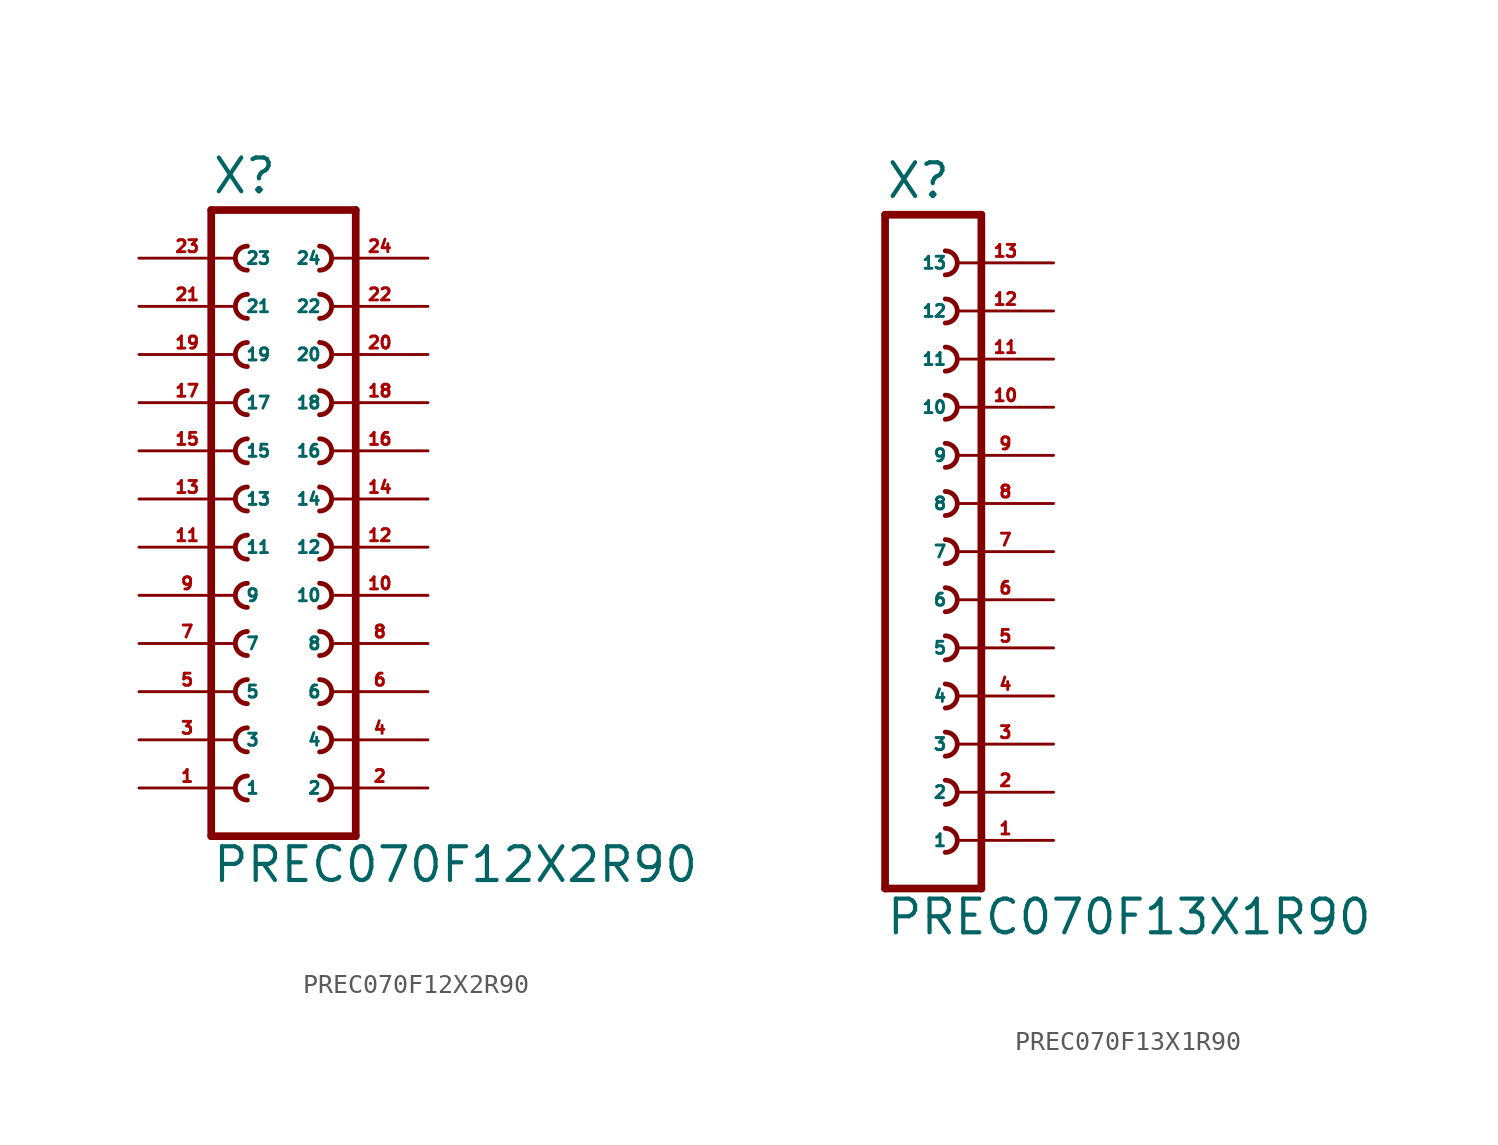
<source format=kicad_sym>
(kicad_symbol_lib
  (version 20220914)
  (generator Eagle2Kicad)
  (symbol "PREC070F12X2R90"
    (property "Reference" "X"
      (at -3.81 16.002 0)
      (effects (font (size 1.778 1.778) (thickness 0.22)) (justify left bottom)))
    (property "Value" "PREC070F12X2R90"
      (at -3.81 -20.32 0)
      (effects (font (size 1.778 1.778) (thickness 0.22)) (justify left bottom)))
    (polyline
      (pts (xy 3.81 -17.78) (xy -3.81 -17.78))
      (stroke (width 0.406) (type default))
      (fill (type none)))
    (arc
      (start -1.905 -9.525)
      (mid -2.540 -10.160)
      (end -1.905 -10.795)
      (stroke (width 0.254) (type default))
      (fill (type none)))
    (arc
      (start -1.905 -12.065)
      (mid -2.540 -12.700)
      (end -1.905 -13.335)
      (stroke (width 0.254) (type default))
      (fill (type none)))
    (arc
      (start -1.905 -14.605)
      (mid -2.540 -15.240)
      (end -1.905 -15.875)
      (stroke (width 0.254) (type default))
      (fill (type none)))
    (arc
      (start 1.905 -10.795)
      (mid 2.540 -10.160)
      (end 1.905 -9.525)
      (stroke (width 0.254) (type default))
      (fill (type none)))
    (arc
      (start 1.905 -13.335)
      (mid 2.540 -12.700)
      (end 1.905 -12.065)
      (stroke (width 0.254) (type default))
      (fill (type none)))
    (arc
      (start 1.905 -15.875)
      (mid 2.540 -15.240)
      (end 1.905 -14.605)
      (stroke (width 0.254) (type default))
      (fill (type none)))
    (arc
      (start -1.905 -4.445)
      (mid -2.540 -5.080)
      (end -1.905 -5.715)
      (stroke (width 0.254) (type default))
      (fill (type none)))
    (arc
      (start -1.905 -6.985)
      (mid -2.540 -7.620)
      (end -1.905 -8.255)
      (stroke (width 0.254) (type default))
      (fill (type none)))
    (arc
      (start 1.905 -5.715)
      (mid 2.540 -5.080)
      (end 1.905 -4.445)
      (stroke (width 0.254) (type default))
      (fill (type none)))
    (arc
      (start 1.905 -8.255)
      (mid 2.540 -7.620)
      (end 1.905 -6.985)
      (stroke (width 0.254) (type default))
      (fill (type none)))
    (arc
      (start -1.905 3.175)
      (mid -2.540 2.540)
      (end -1.905 1.905)
      (stroke (width 0.254) (type default))
      (fill (type none)))
    (arc
      (start -1.905 0.635)
      (mid -2.540 0.000)
      (end -1.905 -0.635)
      (stroke (width 0.254) (type default))
      (fill (type none)))
    (arc
      (start -1.905 -1.905)
      (mid -2.540 -2.540)
      (end -1.905 -3.175)
      (stroke (width 0.254) (type default))
      (fill (type none)))
    (arc
      (start 1.905 1.905)
      (mid 2.540 2.540)
      (end 1.905 3.175)
      (stroke (width 0.254) (type default))
      (fill (type none)))
    (arc
      (start 1.905 -0.635)
      (mid 2.540 0.000)
      (end 1.905 0.635)
      (stroke (width 0.254) (type default))
      (fill (type none)))
    (arc
      (start 1.905 -3.175)
      (mid 2.540 -2.540)
      (end 1.905 -1.905)
      (stroke (width 0.254) (type default))
      (fill (type none)))
    (arc
      (start -1.905 8.255)
      (mid -2.540 7.620)
      (end -1.905 6.985)
      (stroke (width 0.254) (type default))
      (fill (type none)))
    (arc
      (start -1.905 5.715)
      (mid -2.540 5.080)
      (end -1.905 4.445)
      (stroke (width 0.254) (type default))
      (fill (type none)))
    (arc
      (start 1.905 6.985)
      (mid 2.540 7.620)
      (end 1.905 8.255)
      (stroke (width 0.254) (type default))
      (fill (type none)))
    (arc
      (start 1.905 4.445)
      (mid 2.540 5.080)
      (end 1.905 5.715)
      (stroke (width 0.254) (type default))
      (fill (type none)))
    (arc
      (start -1.905 13.335)
      (mid -2.540 12.700)
      (end -1.905 12.065)
      (stroke (width 0.254) (type default))
      (fill (type none)))
    (arc
      (start -1.905 10.795)
      (mid -2.540 10.160)
      (end -1.905 9.525)
      (stroke (width 0.254) (type default))
      (fill (type none)))
    (arc
      (start 1.905 12.065)
      (mid 2.540 12.700)
      (end 1.905 13.335)
      (stroke (width 0.254) (type default))
      (fill (type none)))
    (arc
      (start 1.905 9.525)
      (mid 2.540 10.160)
      (end 1.905 10.795)
      (stroke (width 0.254) (type default))
      (fill (type none)))
    (polyline
      (pts (xy -3.81 15.24) (xy -3.81 -17.78))
      (stroke (width 0.406) (type default))
      (fill (type none)))
    (polyline
      (pts (xy 3.81 -17.78) (xy 3.81 15.24))
      (stroke (width 0.406) (type default))
      (fill (type none)))
    (polyline
      (pts (xy -3.81 15.24) (xy 3.81 15.24))
      (stroke (width 0.406) (type default))
      (fill (type none)))
    (pin passive line
      (at -7.62 -15.24 0)
      (length 5.08)
      (name "1" (effects (font (size 0.635 0.635) (thickness 0.08)) (justify left bottom)))
      (number "1" (effects (font (size 0.635 0.635) (thickness 0.08)) (justify left bottom))))
    (pin passive line
      (at -7.62 -12.7 0)
      (length 5.08)
      (name "3" (effects (font (size 0.635 0.635) (thickness 0.08)) (justify left bottom)))
      (number "3" (effects (font (size 0.635 0.635) (thickness 0.08)) (justify left bottom))))
    (pin passive line
      (at -7.62 -10.16 0)
      (length 5.08)
      (name "5" (effects (font (size 0.635 0.635) (thickness 0.08)) (justify left bottom)))
      (number "5" (effects (font (size 0.635 0.635) (thickness 0.08)) (justify left bottom))))
    (pin passive line
      (at 7.62 -15.24 180)
      (length 5.08)
      (name "2" (effects (font (size 0.635 0.635) (thickness 0.08)) (justify left bottom)))
      (number "2" (effects (font (size 0.635 0.635) (thickness 0.08)) (justify left bottom))))
    (pin passive line
      (at 7.62 -12.7 180)
      (length 5.08)
      (name "4" (effects (font (size 0.635 0.635) (thickness 0.08)) (justify left bottom)))
      (number "4" (effects (font (size 0.635 0.635) (thickness 0.08)) (justify left bottom))))
    (pin passive line
      (at 7.62 -10.16 180)
      (length 5.08)
      (name "6" (effects (font (size 0.635 0.635) (thickness 0.08)) (justify left bottom)))
      (number "6" (effects (font (size 0.635 0.635) (thickness 0.08)) (justify left bottom))))
    (pin passive line
      (at -7.62 -7.62 0)
      (length 5.08)
      (name "7" (effects (font (size 0.635 0.635) (thickness 0.08)) (justify left bottom)))
      (number "7" (effects (font (size 0.635 0.635) (thickness 0.08)) (justify left bottom))))
    (pin passive line
      (at -7.62 -5.08 0)
      (length 5.08)
      (name "9" (effects (font (size 0.635 0.635) (thickness 0.08)) (justify left bottom)))
      (number "9" (effects (font (size 0.635 0.635) (thickness 0.08)) (justify left bottom))))
    (pin passive line
      (at 7.62 -7.62 180)
      (length 5.08)
      (name "8" (effects (font (size 0.635 0.635) (thickness 0.08)) (justify left bottom)))
      (number "8" (effects (font (size 0.635 0.635) (thickness 0.08)) (justify left bottom))))
    (pin passive line
      (at 7.62 -5.08 180)
      (length 5.08)
      (name "10" (effects (font (size 0.635 0.635) (thickness 0.08)) (justify left bottom)))
      (number "10" (effects (font (size 0.635 0.635) (thickness 0.08)) (justify left bottom))))
    (pin passive line
      (at -7.62 -2.54 0)
      (length 5.08)
      (name "11" (effects (font (size 0.635 0.635) (thickness 0.08)) (justify left bottom)))
      (number "11" (effects (font (size 0.635 0.635) (thickness 0.08)) (justify left bottom))))
    (pin passive line
      (at -7.62 0 0)
      (length 5.08)
      (name "13" (effects (font (size 0.635 0.635) (thickness 0.08)) (justify left bottom)))
      (number "13" (effects (font (size 0.635 0.635) (thickness 0.08)) (justify left bottom))))
    (pin passive line
      (at -7.62 2.54 0)
      (length 5.08)
      (name "15" (effects (font (size 0.635 0.635) (thickness 0.08)) (justify left bottom)))
      (number "15" (effects (font (size 0.635 0.635) (thickness 0.08)) (justify left bottom))))
    (pin passive line
      (at 7.62 -2.54 180)
      (length 5.08)
      (name "12" (effects (font (size 0.635 0.635) (thickness 0.08)) (justify left bottom)))
      (number "12" (effects (font (size 0.635 0.635) (thickness 0.08)) (justify left bottom))))
    (pin passive line
      (at 7.62 0 180)
      (length 5.08)
      (name "14" (effects (font (size 0.635 0.635) (thickness 0.08)) (justify left bottom)))
      (number "14" (effects (font (size 0.635 0.635) (thickness 0.08)) (justify left bottom))))
    (pin passive line
      (at 7.62 2.54 180)
      (length 5.08)
      (name "16" (effects (font (size 0.635 0.635) (thickness 0.08)) (justify left bottom)))
      (number "16" (effects (font (size 0.635 0.635) (thickness 0.08)) (justify left bottom))))
    (pin passive line
      (at -7.62 5.08 0)
      (length 5.08)
      (name "17" (effects (font (size 0.635 0.635) (thickness 0.08)) (justify left bottom)))
      (number "17" (effects (font (size 0.635 0.635) (thickness 0.08)) (justify left bottom))))
    (pin passive line
      (at -7.62 7.62 0)
      (length 5.08)
      (name "19" (effects (font (size 0.635 0.635) (thickness 0.08)) (justify left bottom)))
      (number "19" (effects (font (size 0.635 0.635) (thickness 0.08)) (justify left bottom))))
    (pin passive line
      (at 7.62 5.08 180)
      (length 5.08)
      (name "18" (effects (font (size 0.635 0.635) (thickness 0.08)) (justify left bottom)))
      (number "18" (effects (font (size 0.635 0.635) (thickness 0.08)) (justify left bottom))))
    (pin passive line
      (at 7.62 7.62 180)
      (length 5.08)
      (name "20" (effects (font (size 0.635 0.635) (thickness 0.08)) (justify left bottom)))
      (number "20" (effects (font (size 0.635 0.635) (thickness 0.08)) (justify left bottom))))
    (pin passive line
      (at -7.62 10.16 0)
      (length 5.08)
      (name "21" (effects (font (size 0.635 0.635) (thickness 0.08)) (justify left bottom)))
      (number "21" (effects (font (size 0.635 0.635) (thickness 0.08)) (justify left bottom))))
    (pin passive line
      (at -7.62 12.7 0)
      (length 5.08)
      (name "23" (effects (font (size 0.635 0.635) (thickness 0.08)) (justify left bottom)))
      (number "23" (effects (font (size 0.635 0.635) (thickness 0.08)) (justify left bottom))))
    (pin passive line
      (at 7.62 10.16 180)
      (length 5.08)
      (name "22" (effects (font (size 0.635 0.635) (thickness 0.08)) (justify left bottom)))
      (number "22" (effects (font (size 0.635 0.635) (thickness 0.08)) (justify left bottom))))
    (pin passive line
      (at 7.62 12.7 180)
      (length 5.08)
      (name "24" (effects (font (size 0.635 0.635) (thickness 0.08)) (justify left bottom)))
      (number "24" (effects (font (size 0.635 0.635) (thickness 0.08)) (justify left bottom)))))
  (symbol "PREC070F13X1R90"
    (property "Reference" "X"
      (at -1.27 18.542 0)
      (effects (font (size 1.778 1.778) (thickness 0.22)) (justify left bottom)))
    (property "Value" "PREC070F13X1R90"
      (at -1.27 -20.32 0)
      (effects (font (size 1.778 1.778) (thickness 0.22)) (justify left bottom)))
    (polyline
      (pts (xy 3.81 -17.78) (xy -1.27 -17.78))
      (stroke (width 0.406) (type default))
      (fill (type none)))
    (arc
      (start 1.905 -10.795)
      (mid 2.540 -10.160)
      (end 1.905 -9.525)
      (stroke (width 0.254) (type default))
      (fill (type none)))
    (arc
      (start 1.905 -13.335)
      (mid 2.540 -12.700)
      (end 1.905 -12.065)
      (stroke (width 0.254) (type default))
      (fill (type none)))
    (arc
      (start 1.905 -15.875)
      (mid 2.540 -15.240)
      (end 1.905 -14.605)
      (stroke (width 0.254) (type default))
      (fill (type none)))
    (arc
      (start 1.905 -5.715)
      (mid 2.540 -5.080)
      (end 1.905 -4.445)
      (stroke (width 0.254) (type default))
      (fill (type none)))
    (arc
      (start 1.905 -8.255)
      (mid 2.540 -7.620)
      (end 1.905 -6.985)
      (stroke (width 0.254) (type default))
      (fill (type none)))
    (arc
      (start 1.905 1.905)
      (mid 2.540 2.540)
      (end 1.905 3.175)
      (stroke (width 0.254) (type default))
      (fill (type none)))
    (arc
      (start 1.905 -0.635)
      (mid 2.540 0.000)
      (end 1.905 0.635)
      (stroke (width 0.254) (type default))
      (fill (type none)))
    (arc
      (start 1.905 -3.175)
      (mid 2.540 -2.540)
      (end 1.905 -1.905)
      (stroke (width 0.254) (type default))
      (fill (type none)))
    (arc
      (start 1.905 6.985)
      (mid 2.540 7.620)
      (end 1.905 8.255)
      (stroke (width 0.254) (type default))
      (fill (type none)))
    (arc
      (start 1.905 4.445)
      (mid 2.540 5.080)
      (end 1.905 5.715)
      (stroke (width 0.254) (type default))
      (fill (type none)))
    (arc
      (start 1.905 14.605)
      (mid 2.540 15.240)
      (end 1.905 15.875)
      (stroke (width 0.254) (type default))
      (fill (type none)))
    (arc
      (start 1.905 12.065)
      (mid 2.540 12.700)
      (end 1.905 13.335)
      (stroke (width 0.254) (type default))
      (fill (type none)))
    (arc
      (start 1.905 9.525)
      (mid 2.540 10.160)
      (end 1.905 10.795)
      (stroke (width 0.254) (type default))
      (fill (type none)))
    (polyline
      (pts (xy -1.27 17.78) (xy -1.27 -17.78))
      (stroke (width 0.406) (type default))
      (fill (type none)))
    (polyline
      (pts (xy 3.81 -17.78) (xy 3.81 17.78))
      (stroke (width 0.406) (type default))
      (fill (type none)))
    (polyline
      (pts (xy -1.27 17.78) (xy 3.81 17.78))
      (stroke (width 0.406) (type default))
      (fill (type none)))
    (pin passive line
      (at 7.62 -15.24 180)
      (length 5.08)
      (name "1" (effects (font (size 0.635 0.635) (thickness 0.08)) (justify left bottom)))
      (number "1" (effects (font (size 0.635 0.635) (thickness 0.08)) (justify left bottom))))
    (pin passive line
      (at 7.62 -12.7 180)
      (length 5.08)
      (name "2" (effects (font (size 0.635 0.635) (thickness 0.08)) (justify left bottom)))
      (number "2" (effects (font (size 0.635 0.635) (thickness 0.08)) (justify left bottom))))
    (pin passive line
      (at 7.62 -10.16 180)
      (length 5.08)
      (name "3" (effects (font (size 0.635 0.635) (thickness 0.08)) (justify left bottom)))
      (number "3" (effects (font (size 0.635 0.635) (thickness 0.08)) (justify left bottom))))
    (pin passive line
      (at 7.62 -7.62 180)
      (length 5.08)
      (name "4" (effects (font (size 0.635 0.635) (thickness 0.08)) (justify left bottom)))
      (number "4" (effects (font (size 0.635 0.635) (thickness 0.08)) (justify left bottom))))
    (pin passive line
      (at 7.62 -5.08 180)
      (length 5.08)
      (name "5" (effects (font (size 0.635 0.635) (thickness 0.08)) (justify left bottom)))
      (number "5" (effects (font (size 0.635 0.635) (thickness 0.08)) (justify left bottom))))
    (pin passive line
      (at 7.62 -2.54 180)
      (length 5.08)
      (name "6" (effects (font (size 0.635 0.635) (thickness 0.08)) (justify left bottom)))
      (number "6" (effects (font (size 0.635 0.635) (thickness 0.08)) (justify left bottom))))
    (pin passive line
      (at 7.62 0 180)
      (length 5.08)
      (name "7" (effects (font (size 0.635 0.635) (thickness 0.08)) (justify left bottom)))
      (number "7" (effects (font (size 0.635 0.635) (thickness 0.08)) (justify left bottom))))
    (pin passive line
      (at 7.62 2.54 180)
      (length 5.08)
      (name "8" (effects (font (size 0.635 0.635) (thickness 0.08)) (justify left bottom)))
      (number "8" (effects (font (size 0.635 0.635) (thickness 0.08)) (justify left bottom))))
    (pin passive line
      (at 7.62 5.08 180)
      (length 5.08)
      (name "9" (effects (font (size 0.635 0.635) (thickness 0.08)) (justify left bottom)))
      (number "9" (effects (font (size 0.635 0.635) (thickness 0.08)) (justify left bottom))))
    (pin passive line
      (at 7.62 7.62 180)
      (length 5.08)
      (name "10" (effects (font (size 0.635 0.635) (thickness 0.08)) (justify left bottom)))
      (number "10" (effects (font (size 0.635 0.635) (thickness 0.08)) (justify left bottom))))
    (pin passive line
      (at 7.62 10.16 180)
      (length 5.08)
      (name "11" (effects (font (size 0.635 0.635) (thickness 0.08)) (justify left bottom)))
      (number "11" (effects (font (size 0.635 0.635) (thickness 0.08)) (justify left bottom))))
    (pin passive line
      (at 7.62 12.7 180)
      (length 5.08)
      (name "12" (effects (font (size 0.635 0.635) (thickness 0.08)) (justify left bottom)))
      (number "12" (effects (font (size 0.635 0.635) (thickness 0.08)) (justify left bottom))))
    (pin passive line
      (at 7.62 15.24 180)
      (length 5.08)
      (name "13" (effects (font (size 0.635 0.635) (thickness 0.08)) (justify left bottom)))
      (number "13" (effects (font (size 0.635 0.635) (thickness 0.08)) (justify left bottom))))))
</source>
